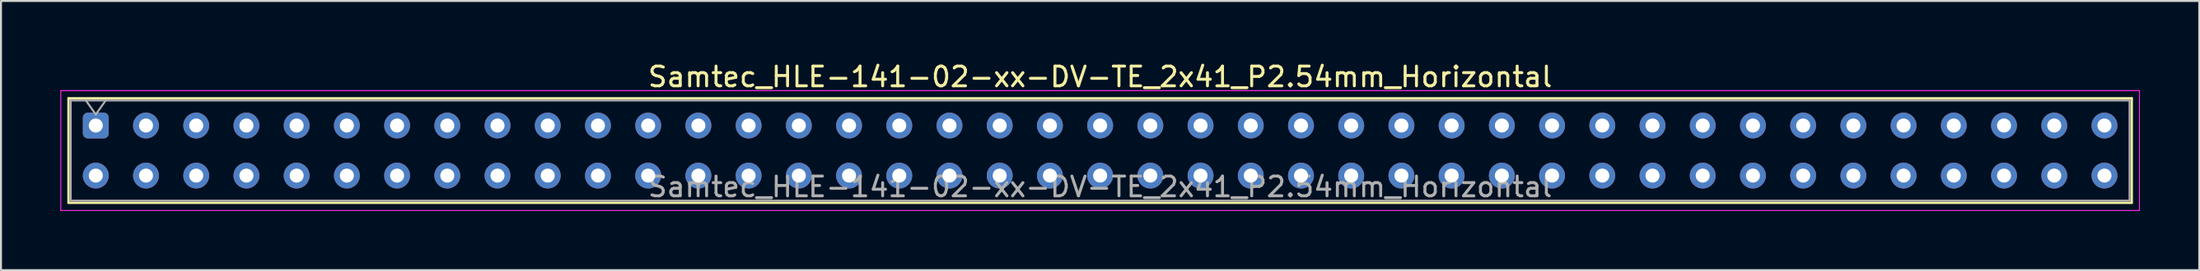
<source format=kicad_pcb>
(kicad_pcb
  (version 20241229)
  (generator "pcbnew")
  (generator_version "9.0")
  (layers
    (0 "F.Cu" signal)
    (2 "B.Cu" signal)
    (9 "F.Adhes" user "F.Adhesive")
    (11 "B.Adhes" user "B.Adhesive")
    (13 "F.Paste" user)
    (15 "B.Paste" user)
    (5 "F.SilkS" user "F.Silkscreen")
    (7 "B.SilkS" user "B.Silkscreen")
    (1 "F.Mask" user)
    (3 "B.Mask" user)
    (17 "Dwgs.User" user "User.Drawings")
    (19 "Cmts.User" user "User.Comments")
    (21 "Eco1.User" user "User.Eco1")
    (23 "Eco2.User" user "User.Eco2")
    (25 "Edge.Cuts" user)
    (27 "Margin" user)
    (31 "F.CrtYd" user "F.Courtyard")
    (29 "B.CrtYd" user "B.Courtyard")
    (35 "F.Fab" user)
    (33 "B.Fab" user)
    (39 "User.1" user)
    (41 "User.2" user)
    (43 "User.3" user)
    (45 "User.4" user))
  (footprint "Samtec_HLE-141-02-xx-DV-TE_2x41_P2.54mm_Horizontal"
    (layer "F.Cu")
    (at 1.795 3.318)
    (property "Reference" "Samtec_HLE-141-02-xx-DV-TE_2x41_P2.54mm_Horizontal" (at 50.8 -2.47 0) (layer "F.SilkS") (effects (font (size 1 1) (thickness 0.15))))
    (attr through_hole)
    (fp_line (start -1.38 -1.38) (end 102.98 -1.38) (stroke (width 0.12) (type solid)) (layer "F.SilkS"))
    (fp_line (start -1.38 3.92) (end -1.38 -1.38) (stroke (width 0.12) (type solid)) (layer "F.SilkS"))
    (fp_line (start 102.98 -1.38) (end 102.98 3.92) (stroke (width 0.12) (type solid)) (layer "F.SilkS"))
    (fp_line (start 102.98 3.92) (end -1.38 3.92) (stroke (width 0.12) (type solid)) (layer "F.SilkS"))
    (fp_line (start -1.77 -1.77) (end 103.37 -1.77) (stroke (width 0.05) (type solid)) (layer "F.CrtYd"))
    (fp_line (start -1.77 4.31) (end -1.77 -1.77) (stroke (width 0.05) (type solid)) (layer "F.CrtYd"))
    (fp_line (start 103.37 -1.77) (end 103.37 4.31) (stroke (width 0.05) (type solid)) (layer "F.CrtYd"))
    (fp_line (start 103.37 4.31) (end -1.77 4.31) (stroke (width 0.05) (type solid)) (layer "F.CrtYd"))
    (fp_line (start -1.27 -1.27) (end 102.87 -1.27) (stroke (width 0.1) (type solid)) (layer "F.Fab"))
    (fp_line (start -1.27 3.81) (end -1.27 -1.27) (stroke (width 0.1) (type solid)) (layer "F.Fab"))
    (fp_line (start -0.5 -1.27) (end 0 -0.563) (stroke (width 0.1) (type solid)) (layer "F.Fab"))
    (fp_line (start 0 -0.563) (end 0.5 -1.27) (stroke (width 0.1) (type solid)) (layer "F.Fab"))
    (fp_line (start 102.87 -1.27) (end 102.87 3.81) (stroke (width 0.1) (type solid)) (layer "F.Fab"))
    (fp_line (start 102.87 3.81) (end -1.27 3.81) (stroke (width 0.1) (type solid)) (layer "F.Fab"))
    (fp_text user "${REFERENCE}" (at 50.8 3.11 0) (layer "F.Fab") (effects (font (size 1 1) (thickness 0.15))))
    (pad "1" thru_hole roundrect (at 0 0) (size 1.31 1.31) (drill 0.71) (layers "*.Cu" "*.Mask") (roundrect_rratio 0.191))
    (pad "2" thru_hole circle (at 0 2.54) (size 1.31 1.31) (drill 0.71) (layers "*.Cu" "*.Mask"))
    (pad "3" thru_hole circle (at 2.54 0) (size 1.31 1.31) (drill 0.71) (layers "*.Cu" "*.Mask"))
    (pad "4" thru_hole circle (at 2.54 2.54) (size 1.31 1.31) (drill 0.71) (layers "*.Cu" "*.Mask"))
    (pad "5" thru_hole circle (at 5.08 0) (size 1.31 1.31) (drill 0.71) (layers "*.Cu" "*.Mask"))
    (pad "6" thru_hole circle (at 5.08 2.54) (size 1.31 1.31) (drill 0.71) (layers "*.Cu" "*.Mask"))
    (pad "7" thru_hole circle (at 7.62 0) (size 1.31 1.31) (drill 0.71) (layers "*.Cu" "*.Mask"))
    (pad "8" thru_hole circle (at 7.62 2.54) (size 1.31 1.31) (drill 0.71) (layers "*.Cu" "*.Mask"))
    (pad "9" thru_hole circle (at 10.16 0) (size 1.31 1.31) (drill 0.71) (layers "*.Cu" "*.Mask"))
    (pad "10" thru_hole circle (at 10.16 2.54) (size 1.31 1.31) (drill 0.71) (layers "*.Cu" "*.Mask"))
    (pad "11" thru_hole circle (at 12.7 0) (size 1.31 1.31) (drill 0.71) (layers "*.Cu" "*.Mask"))
    (pad "12" thru_hole circle (at 12.7 2.54) (size 1.31 1.31) (drill 0.71) (layers "*.Cu" "*.Mask"))
    (pad "13" thru_hole circle (at 15.24 0) (size 1.31 1.31) (drill 0.71) (layers "*.Cu" "*.Mask"))
    (pad "14" thru_hole circle (at 15.24 2.54) (size 1.31 1.31) (drill 0.71) (layers "*.Cu" "*.Mask"))
    (pad "15" thru_hole circle (at 17.78 0) (size 1.31 1.31) (drill 0.71) (layers "*.Cu" "*.Mask"))
    (pad "16" thru_hole circle (at 17.78 2.54) (size 1.31 1.31) (drill 0.71) (layers "*.Cu" "*.Mask"))
    (pad "17" thru_hole circle (at 20.32 0) (size 1.31 1.31) (drill 0.71) (layers "*.Cu" "*.Mask"))
    (pad "18" thru_hole circle (at 20.32 2.54) (size 1.31 1.31) (drill 0.71) (layers "*.Cu" "*.Mask"))
    (pad "19" thru_hole circle (at 22.86 0) (size 1.31 1.31) (drill 0.71) (layers "*.Cu" "*.Mask"))
    (pad "20" thru_hole circle (at 22.86 2.54) (size 1.31 1.31) (drill 0.71) (layers "*.Cu" "*.Mask"))
    (pad "21" thru_hole circle (at 25.4 0) (size 1.31 1.31) (drill 0.71) (layers "*.Cu" "*.Mask"))
    (pad "22" thru_hole circle (at 25.4 2.54) (size 1.31 1.31) (drill 0.71) (layers "*.Cu" "*.Mask"))
    (pad "23" thru_hole circle (at 27.94 0) (size 1.31 1.31) (drill 0.71) (layers "*.Cu" "*.Mask"))
    (pad "24" thru_hole circle (at 27.94 2.54) (size 1.31 1.31) (drill 0.71) (layers "*.Cu" "*.Mask"))
    (pad "25" thru_hole circle (at 30.48 0) (size 1.31 1.31) (drill 0.71) (layers "*.Cu" "*.Mask"))
    (pad "26" thru_hole circle (at 30.48 2.54) (size 1.31 1.31) (drill 0.71) (layers "*.Cu" "*.Mask"))
    (pad "27" thru_hole circle (at 33.02 0) (size 1.31 1.31) (drill 0.71) (layers "*.Cu" "*.Mask"))
    (pad "28" thru_hole circle (at 33.02 2.54) (size 1.31 1.31) (drill 0.71) (layers "*.Cu" "*.Mask"))
    (pad "29" thru_hole circle (at 35.56 0) (size 1.31 1.31) (drill 0.71) (layers "*.Cu" "*.Mask"))
    (pad "30" thru_hole circle (at 35.56 2.54) (size 1.31 1.31) (drill 0.71) (layers "*.Cu" "*.Mask"))
    (pad "31" thru_hole circle (at 38.1 0) (size 1.31 1.31) (drill 0.71) (layers "*.Cu" "*.Mask"))
    (pad "32" thru_hole circle (at 38.1 2.54) (size 1.31 1.31) (drill 0.71) (layers "*.Cu" "*.Mask"))
    (pad "33" thru_hole circle (at 40.64 0) (size 1.31 1.31) (drill 0.71) (layers "*.Cu" "*.Mask"))
    (pad "34" thru_hole circle (at 40.64 2.54) (size 1.31 1.31) (drill 0.71) (layers "*.Cu" "*.Mask"))
    (pad "35" thru_hole circle (at 43.18 0) (size 1.31 1.31) (drill 0.71) (layers "*.Cu" "*.Mask"))
    (pad "36" thru_hole circle (at 43.18 2.54) (size 1.31 1.31) (drill 0.71) (layers "*.Cu" "*.Mask"))
    (pad "37" thru_hole circle (at 45.72 0) (size 1.31 1.31) (drill 0.71) (layers "*.Cu" "*.Mask"))
    (pad "38" thru_hole circle (at 45.72 2.54) (size 1.31 1.31) (drill 0.71) (layers "*.Cu" "*.Mask"))
    (pad "39" thru_hole circle (at 48.26 0) (size 1.31 1.31) (drill 0.71) (layers "*.Cu" "*.Mask"))
    (pad "40" thru_hole circle (at 48.26 2.54) (size 1.31 1.31) (drill 0.71) (layers "*.Cu" "*.Mask"))
    (pad "41" thru_hole circle (at 50.8 0) (size 1.31 1.31) (drill 0.71) (layers "*.Cu" "*.Mask"))
    (pad "42" thru_hole circle (at 50.8 2.54) (size 1.31 1.31) (drill 0.71) (layers "*.Cu" "*.Mask"))
    (pad "43" thru_hole circle (at 53.34 0) (size 1.31 1.31) (drill 0.71) (layers "*.Cu" "*.Mask"))
    (pad "44" thru_hole circle (at 53.34 2.54) (size 1.31 1.31) (drill 0.71) (layers "*.Cu" "*.Mask"))
    (pad "45" thru_hole circle (at 55.88 0) (size 1.31 1.31) (drill 0.71) (layers "*.Cu" "*.Mask"))
    (pad "46" thru_hole circle (at 55.88 2.54) (size 1.31 1.31) (drill 0.71) (layers "*.Cu" "*.Mask"))
    (pad "47" thru_hole circle (at 58.42 0) (size 1.31 1.31) (drill 0.71) (layers "*.Cu" "*.Mask"))
    (pad "48" thru_hole circle (at 58.42 2.54) (size 1.31 1.31) (drill 0.71) (layers "*.Cu" "*.Mask"))
    (pad "49" thru_hole circle (at 60.96 0) (size 1.31 1.31) (drill 0.71) (layers "*.Cu" "*.Mask"))
    (pad "50" thru_hole circle (at 60.96 2.54) (size 1.31 1.31) (drill 0.71) (layers "*.Cu" "*.Mask"))
    (pad "51" thru_hole circle (at 63.5 0) (size 1.31 1.31) (drill 0.71) (layers "*.Cu" "*.Mask"))
    (pad "52" thru_hole circle (at 63.5 2.54) (size 1.31 1.31) (drill 0.71) (layers "*.Cu" "*.Mask"))
    (pad "53" thru_hole circle (at 66.04 0) (size 1.31 1.31) (drill 0.71) (layers "*.Cu" "*.Mask"))
    (pad "54" thru_hole circle (at 66.04 2.54) (size 1.31 1.31) (drill 0.71) (layers "*.Cu" "*.Mask"))
    (pad "55" thru_hole circle (at 68.58 0) (size 1.31 1.31) (drill 0.71) (layers "*.Cu" "*.Mask"))
    (pad "56" thru_hole circle (at 68.58 2.54) (size 1.31 1.31) (drill 0.71) (layers "*.Cu" "*.Mask"))
    (pad "57" thru_hole circle (at 71.12 0) (size 1.31 1.31) (drill 0.71) (layers "*.Cu" "*.Mask"))
    (pad "58" thru_hole circle (at 71.12 2.54) (size 1.31 1.31) (drill 0.71) (layers "*.Cu" "*.Mask"))
    (pad "59" thru_hole circle (at 73.66 0) (size 1.31 1.31) (drill 0.71) (layers "*.Cu" "*.Mask"))
    (pad "60" thru_hole circle (at 73.66 2.54) (size 1.31 1.31) (drill 0.71) (layers "*.Cu" "*.Mask"))
    (pad "61" thru_hole circle (at 76.2 0) (size 1.31 1.31) (drill 0.71) (layers "*.Cu" "*.Mask"))
    (pad "62" thru_hole circle (at 76.2 2.54) (size 1.31 1.31) (drill 0.71) (layers "*.Cu" "*.Mask"))
    (pad "63" thru_hole circle (at 78.74 0) (size 1.31 1.31) (drill 0.71) (layers "*.Cu" "*.Mask"))
    (pad "64" thru_hole circle (at 78.74 2.54) (size 1.31 1.31) (drill 0.71) (layers "*.Cu" "*.Mask"))
    (pad "65" thru_hole circle (at 81.28 0) (size 1.31 1.31) (drill 0.71) (layers "*.Cu" "*.Mask"))
    (pad "66" thru_hole circle (at 81.28 2.54) (size 1.31 1.31) (drill 0.71) (layers "*.Cu" "*.Mask"))
    (pad "67" thru_hole circle (at 83.82 0) (size 1.31 1.31) (drill 0.71) (layers "*.Cu" "*.Mask"))
    (pad "68" thru_hole circle (at 83.82 2.54) (size 1.31 1.31) (drill 0.71) (layers "*.Cu" "*.Mask"))
    (pad "69" thru_hole circle (at 86.36 0) (size 1.31 1.31) (drill 0.71) (layers "*.Cu" "*.Mask"))
    (pad "70" thru_hole circle (at 86.36 2.54) (size 1.31 1.31) (drill 0.71) (layers "*.Cu" "*.Mask"))
    (pad "71" thru_hole circle (at 88.9 0) (size 1.31 1.31) (drill 0.71) (layers "*.Cu" "*.Mask"))
    (pad "72" thru_hole circle (at 88.9 2.54) (size 1.31 1.31) (drill 0.71) (layers "*.Cu" "*.Mask"))
    (pad "73" thru_hole circle (at 91.44 0) (size 1.31 1.31) (drill 0.71) (layers "*.Cu" "*.Mask"))
    (pad "74" thru_hole circle (at 91.44 2.54) (size 1.31 1.31) (drill 0.71) (layers "*.Cu" "*.Mask"))
    (pad "75" thru_hole circle (at 93.98 0) (size 1.31 1.31) (drill 0.71) (layers "*.Cu" "*.Mask"))
    (pad "76" thru_hole circle (at 93.98 2.54) (size 1.31 1.31) (drill 0.71) (layers "*.Cu" "*.Mask"))
    (pad "77" thru_hole circle (at 96.52 0) (size 1.31 1.31) (drill 0.71) (layers "*.Cu" "*.Mask"))
    (pad "78" thru_hole circle (at 96.52 2.54) (size 1.31 1.31) (drill 0.71) (layers "*.Cu" "*.Mask"))
    (pad "79" thru_hole circle (at 99.06 0) (size 1.31 1.31) (drill 0.71) (layers "*.Cu" "*.Mask"))
    (pad "80" thru_hole circle (at 99.06 2.54) (size 1.31 1.31) (drill 0.71) (layers "*.Cu" "*.Mask"))
    (pad "81" thru_hole circle (at 101.6 0) (size 1.31 1.31) (drill 0.71) (layers "*.Cu" "*.Mask"))
    (pad "82" thru_hole circle (at 101.6 2.54) (size 1.31 1.31) (drill 0.71) (layers "*.Cu" "*.Mask")))
  (gr_rect
    (start -3 -3)
    (end 108.19 10.653)
    (stroke (width 0.1) (type default))
    (fill no)
    (layer "Edge.Cuts")))
</source>
